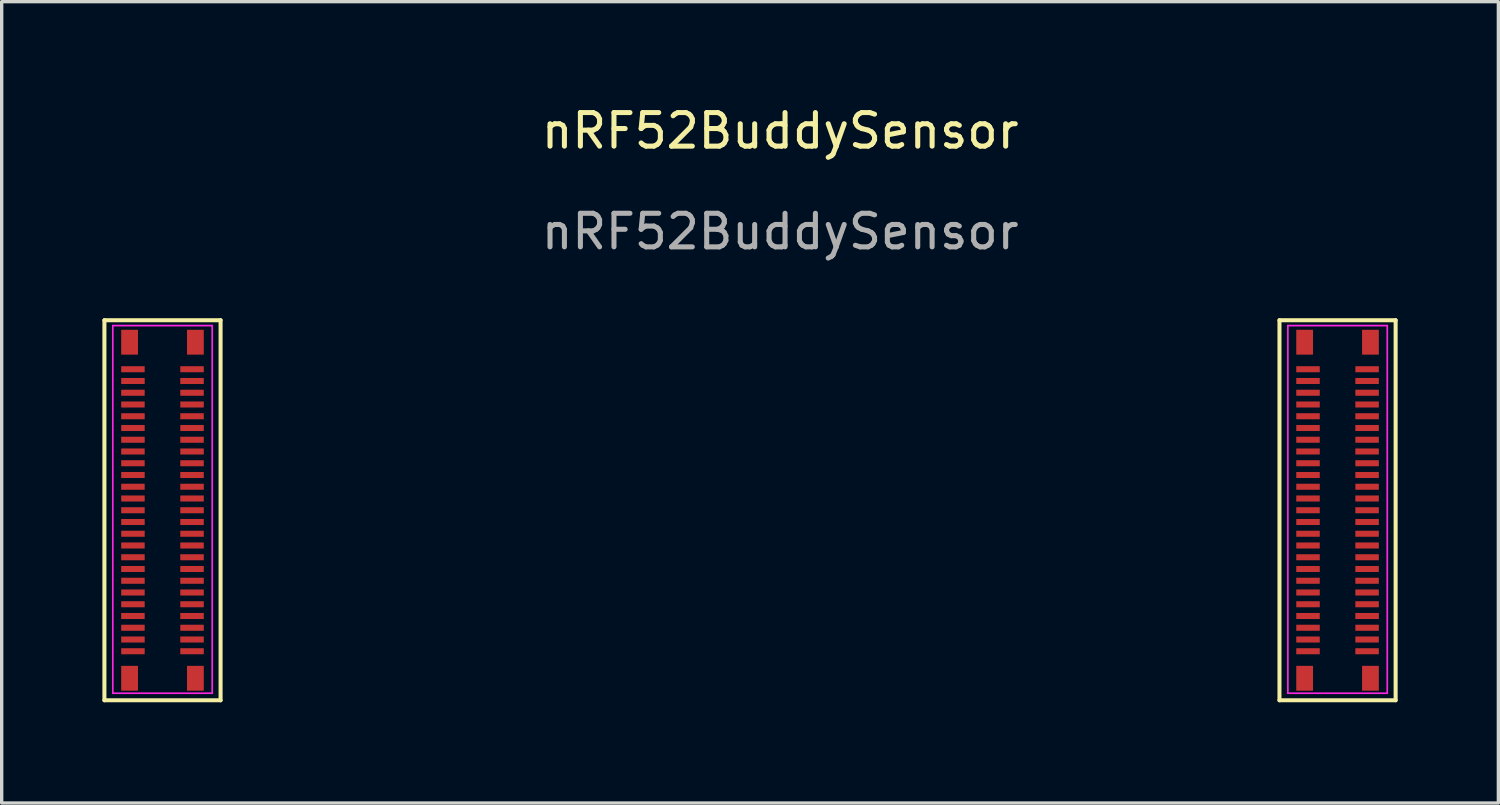
<source format=kicad_pcb>
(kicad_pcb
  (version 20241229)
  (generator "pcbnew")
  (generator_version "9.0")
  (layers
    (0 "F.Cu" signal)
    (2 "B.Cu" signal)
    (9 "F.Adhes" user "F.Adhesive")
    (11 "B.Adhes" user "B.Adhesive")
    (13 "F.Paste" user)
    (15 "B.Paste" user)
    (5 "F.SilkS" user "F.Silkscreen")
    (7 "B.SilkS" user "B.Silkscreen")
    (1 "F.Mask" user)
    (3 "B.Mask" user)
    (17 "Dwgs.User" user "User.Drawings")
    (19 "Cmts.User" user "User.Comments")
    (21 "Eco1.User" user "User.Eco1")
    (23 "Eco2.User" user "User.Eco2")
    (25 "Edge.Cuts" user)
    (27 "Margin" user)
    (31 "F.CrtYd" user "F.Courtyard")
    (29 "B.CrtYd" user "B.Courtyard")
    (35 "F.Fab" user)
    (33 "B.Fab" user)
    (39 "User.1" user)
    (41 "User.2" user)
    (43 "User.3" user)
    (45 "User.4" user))
  (footprint "nRF52BuddySensor"
    (layer "F.Cu")
    (at 19.29 12.148)
    (property "Reference" "nRF52BuddySensor" (at 0.9 -11.3 0) (unlocked yes) (layer "F.SilkS") (effects (font (size 1 1) (thickness 0.15))))
    (attr smd)
    (fp_line (start -19.23 5.66) (end -19.23 -5.66) (stroke (width 0.12) (type solid)) (layer "F.SilkS"))
    (fp_line (start -15.77 -5.66) (end -19.23 -5.66) (stroke (width 0.12) (type solid)) (layer "F.SilkS"))
    (fp_line (start -15.77 -5.66) (end -15.77 5.66) (stroke (width 0.12) (type solid)) (layer "F.SilkS"))
    (fp_line (start -15.77 5.66) (end -19.23 5.66) (stroke (width 0.12) (type solid)) (layer "F.SilkS"))
    (fp_line (start 15.77 5.66) (end 15.77 -5.66) (stroke (width 0.12) (type solid)) (layer "F.SilkS"))
    (fp_line (start 19.23 -5.66) (end 15.77 -5.66) (stroke (width 0.12) (type solid)) (layer "F.SilkS"))
    (fp_line (start 19.23 -5.66) (end 19.23 5.66) (stroke (width 0.12) (type solid)) (layer "F.SilkS"))
    (fp_line (start 19.23 5.66) (end 15.77 5.66) (stroke (width 0.12) (type solid)) (layer "F.SilkS"))
    (fp_line (start -18.98 -5.5) (end -16.02 -5.5) (stroke (width 0.05) (type solid)) (layer "F.CrtYd"))
    (fp_line (start -18.98 5.45) (end -18.98 -5.5) (stroke (width 0.05) (type solid)) (layer "F.CrtYd"))
    (fp_line (start -16.02 -5.5) (end -16.02 5.45) (stroke (width 0.05) (type solid)) (layer "F.CrtYd"))
    (fp_line (start -16.02 5.45) (end -18.98 5.45) (stroke (width 0.05) (type solid)) (layer "F.CrtYd"))
    (fp_line (start 16.02 -5.5) (end 18.98 -5.5) (stroke (width 0.05) (type solid)) (layer "F.CrtYd"))
    (fp_line (start 16.02 5.45) (end 16.02 -5.5) (stroke (width 0.05) (type solid)) (layer "F.CrtYd"))
    (fp_line (start 18.98 -5.5) (end 18.98 5.45) (stroke (width 0.05) (type solid)) (layer "F.CrtYd"))
    (fp_line (start 18.98 5.45) (end 16.02 5.45) (stroke (width 0.05) (type solid)) (layer "F.CrtYd"))
    (fp_text user "${REFERENCE}" (at 0.9 -8.3 0) (unlocked yes) (layer "F.Fab") (effects (font (size 1 1) (thickness 0.15))))
    (pad "1" smd rect (at -18.38 -4.2 270) (size 0.18 0.7) (layers "F.Cu" "F.Mask" "F.Paste"))
    (pad "2" smd rect (at -18.38 -3.85 270) (size 0.18 0.7) (layers "F.Cu" "F.Mask" "F.Paste"))
    (pad "3" smd rect (at -18.38 -3.5 270) (size 0.18 0.7) (layers "F.Cu" "F.Mask" "F.Paste"))
    (pad "4" smd rect (at -18.38 -3.15 270) (size 0.18 0.7) (layers "F.Cu" "F.Mask" "F.Paste"))
    (pad "5" smd rect (at -18.38 -2.8 270) (size 0.18 0.7) (layers "F.Cu" "F.Mask" "F.Paste"))
    (pad "6" smd rect (at -18.38 -2.45 270) (size 0.18 0.7) (layers "F.Cu" "F.Mask" "F.Paste"))
    (pad "7" smd rect (at -18.38 -2.1 270) (size 0.18 0.7) (layers "F.Cu" "F.Mask" "F.Paste"))
    (pad "8" smd rect (at -18.38 -1.75 270) (size 0.18 0.7) (layers "F.Cu" "F.Mask" "F.Paste"))
    (pad "9" smd rect (at -18.38 -1.4 270) (size 0.18 0.7) (layers "F.Cu" "F.Mask" "F.Paste"))
    (pad "10" smd rect (at -18.38 -1.05 270) (size 0.18 0.7) (layers "F.Cu" "F.Mask" "F.Paste"))
    (pad "11" smd rect (at -18.38 -0.7 270) (size 0.18 0.7) (layers "F.Cu" "F.Mask" "F.Paste"))
    (pad "12" smd rect (at -18.38 -0.35 270) (size 0.18 0.7) (layers "F.Cu" "F.Mask" "F.Paste"))
    (pad "13" smd rect (at -18.38 0 270) (size 0.18 0.7) (layers "F.Cu" "F.Mask" "F.Paste"))
    (pad "14" smd rect (at -18.38 0.35 270) (size 0.18 0.7) (layers "F.Cu" "F.Mask" "F.Paste"))
    (pad "15" smd rect (at -18.38 0.7 270) (size 0.18 0.7) (layers "F.Cu" "F.Mask" "F.Paste"))
    (pad "16" smd rect (at -18.38 1.05 270) (size 0.18 0.7) (layers "F.Cu" "F.Mask" "F.Paste"))
    (pad "17" smd rect (at -18.38 1.4 270) (size 0.18 0.7) (layers "F.Cu" "F.Mask" "F.Paste"))
    (pad "18" smd rect (at -18.38 1.75 270) (size 0.18 0.7) (layers "F.Cu" "F.Mask" "F.Paste"))
    (pad "19" smd rect (at -18.38 2.1 270) (size 0.18 0.7) (layers "F.Cu" "F.Mask" "F.Paste"))
    (pad "20" smd rect (at -18.38 2.45 270) (size 0.18 0.7) (layers "F.Cu" "F.Mask" "F.Paste"))
    (pad "21" smd rect (at -18.38 2.8 270) (size 0.18 0.7) (layers "F.Cu" "F.Mask" "F.Paste"))
    (pad "22" smd rect (at -18.38 3.15 270) (size 0.18 0.7) (layers "F.Cu" "F.Mask" "F.Paste"))
    (pad "23" smd rect (at -18.38 3.5 270) (size 0.18 0.7) (layers "F.Cu" "F.Mask" "F.Paste"))
    (pad "24" smd rect (at -18.38 3.85 270) (size 0.18 0.7) (layers "F.Cu" "F.Mask" "F.Paste"))
    (pad "25" smd rect (at -18.38 4.2 270) (size 0.18 0.7) (layers "F.Cu" "F.Mask" "F.Paste"))
    (pad "26" smd rect (at -16.62 4.2 270) (size 0.18 0.7) (layers "F.Cu" "F.Mask" "F.Paste"))
    (pad "27" smd rect (at -16.62 3.85 270) (size 0.18 0.7) (layers "F.Cu" "F.Mask" "F.Paste"))
    (pad "28" smd rect (at -16.62 3.5 270) (size 0.18 0.7) (layers "F.Cu" "F.Mask" "F.Paste"))
    (pad "29" smd rect (at -16.62 3.15 270) (size 0.18 0.7) (layers "F.Cu" "F.Mask" "F.Paste"))
    (pad "30" smd rect (at -16.62 2.8 270) (size 0.18 0.7) (layers "F.Cu" "F.Mask" "F.Paste"))
    (pad "31" smd rect (at -16.62 2.45 270) (size 0.18 0.7) (layers "F.Cu" "F.Mask" "F.Paste"))
    (pad "32" smd rect (at -16.62 2.1 270) (size 0.18 0.7) (layers "F.Cu" "F.Mask" "F.Paste"))
    (pad "33" smd rect (at -16.62 1.75 270) (size 0.18 0.7) (layers "F.Cu" "F.Mask" "F.Paste"))
    (pad "34" smd rect (at -16.62 1.4 270) (size 0.18 0.7) (layers "F.Cu" "F.Mask" "F.Paste"))
    (pad "35" smd rect (at -16.62 1.05 270) (size 0.18 0.7) (layers "F.Cu" "F.Mask" "F.Paste"))
    (pad "36" smd rect (at -16.62 0.7 270) (size 0.18 0.7) (layers "F.Cu" "F.Mask" "F.Paste"))
    (pad "37" smd rect (at -16.62 0.35 270) (size 0.18 0.7) (layers "F.Cu" "F.Mask" "F.Paste"))
    (pad "38" smd rect (at -16.62 0 270) (size 0.18 0.7) (layers "F.Cu" "F.Mask" "F.Paste"))
    (pad "39" smd rect (at -16.62 -0.35 270) (size 0.18 0.7) (layers "F.Cu" "F.Mask" "F.Paste"))
    (pad "40" smd rect (at -16.62 -0.7 270) (size 0.18 0.7) (layers "F.Cu" "F.Mask" "F.Paste"))
    (pad "41" smd rect (at -16.62 -1.05 270) (size 0.18 0.7) (layers "F.Cu" "F.Mask" "F.Paste"))
    (pad "42" smd rect (at -16.62 -1.4 270) (size 0.18 0.7) (layers "F.Cu" "F.Mask" "F.Paste"))
    (pad "43" smd rect (at -16.62 -1.75 270) (size 0.18 0.7) (layers "F.Cu" "F.Mask" "F.Paste"))
    (pad "44" smd rect (at -16.62 -2.1 270) (size 0.18 0.7) (layers "F.Cu" "F.Mask" "F.Paste"))
    (pad "45" smd rect (at -16.62 -2.45 270) (size 0.18 0.7) (layers "F.Cu" "F.Mask" "F.Paste"))
    (pad "46" smd rect (at -16.62 -2.8 270) (size 0.18 0.7) (layers "F.Cu" "F.Mask" "F.Paste"))
    (pad "47" smd rect (at -16.62 -3.15 270) (size 0.18 0.7) (layers "F.Cu" "F.Mask" "F.Paste"))
    (pad "48" smd rect (at -16.62 -3.5 270) (size 0.18 0.7) (layers "F.Cu" "F.Mask" "F.Paste"))
    (pad "49" smd rect (at -16.62 -3.85 270) (size 0.18 0.7) (layers "F.Cu" "F.Mask" "F.Paste"))
    (pad "50" smd rect (at -16.62 -4.2 270) (size 0.18 0.7) (layers "F.Cu" "F.Mask" "F.Paste"))
    (pad "51" smd rect (at -18.48 5.005 270) (size 0.74 0.5) (layers "F.Cu" "F.Mask" "F.Paste"))
    (pad "51" smd rect (at -16.52 5.005 270) (size 0.74 0.5) (layers "F.Cu" "F.Mask" "F.Paste"))
    (pad "52" smd rect (at -18.48 -5.005 270) (size 0.74 0.5) (layers "F.Cu" "F.Mask" "F.Paste"))
    (pad "52" smd rect (at -16.52 -5.005 270) (size 0.74 0.5) (layers "F.Cu" "F.Mask" "F.Paste"))
    (pad "53" smd rect (at 16.62 -4.2 270) (size 0.18 0.7) (layers "F.Cu" "F.Mask" "F.Paste"))
    (pad "54" smd rect (at 16.62 -3.85 270) (size 0.18 0.7) (layers "F.Cu" "F.Mask" "F.Paste"))
    (pad "55" smd rect (at 16.62 -3.5 270) (size 0.18 0.7) (layers "F.Cu" "F.Mask" "F.Paste"))
    (pad "56" smd rect (at 16.62 -3.15 270) (size 0.18 0.7) (layers "F.Cu" "F.Mask" "F.Paste"))
    (pad "57" smd rect (at 16.62 -2.8 270) (size 0.18 0.7) (layers "F.Cu" "F.Mask" "F.Paste"))
    (pad "58" smd rect (at 16.62 -2.45 270) (size 0.18 0.7) (layers "F.Cu" "F.Mask" "F.Paste"))
    (pad "59" smd rect (at 16.62 -2.1 270) (size 0.18 0.7) (layers "F.Cu" "F.Mask" "F.Paste"))
    (pad "60" smd rect (at 16.62 -1.75 270) (size 0.18 0.7) (layers "F.Cu" "F.Mask" "F.Paste"))
    (pad "61" smd rect (at 16.62 -1.4 270) (size 0.18 0.7) (layers "F.Cu" "F.Mask" "F.Paste"))
    (pad "62" smd rect (at 16.62 -1.05 270) (size 0.18 0.7) (layers "F.Cu" "F.Mask" "F.Paste"))
    (pad "63" smd rect (at 16.62 -0.7 270) (size 0.18 0.7) (layers "F.Cu" "F.Mask" "F.Paste"))
    (pad "64" smd rect (at 16.62 -0.35 270) (size 0.18 0.7) (layers "F.Cu" "F.Mask" "F.Paste"))
    (pad "65" smd rect (at 16.62 0 270) (size 0.18 0.7) (layers "F.Cu" "F.Mask" "F.Paste"))
    (pad "66" smd rect (at 16.62 0.35 270) (size 0.18 0.7) (layers "F.Cu" "F.Mask" "F.Paste"))
    (pad "67" smd rect (at 16.62 0.7 270) (size 0.18 0.7) (layers "F.Cu" "F.Mask" "F.Paste"))
    (pad "68" smd rect (at 16.62 1.05 270) (size 0.18 0.7) (layers "F.Cu" "F.Mask" "F.Paste"))
    (pad "69" smd rect (at 16.62 1.4 270) (size 0.18 0.7) (layers "F.Cu" "F.Mask" "F.Paste"))
    (pad "70" smd rect (at 16.62 1.75 270) (size 0.18 0.7) (layers "F.Cu" "F.Mask" "F.Paste"))
    (pad "71" smd rect (at 16.62 2.1 270) (size 0.18 0.7) (layers "F.Cu" "F.Mask" "F.Paste"))
    (pad "72" smd rect (at 16.62 2.45 270) (size 0.18 0.7) (layers "F.Cu" "F.Mask" "F.Paste"))
    (pad "73" smd rect (at 16.62 2.8 270) (size 0.18 0.7) (layers "F.Cu" "F.Mask" "F.Paste" "Eco1.User"))
    (pad "74" smd rect (at 16.62 3.15 270) (size 0.18 0.7) (layers "F.Cu" "F.Mask" "F.Paste"))
    (pad "75" smd rect (at 16.62 3.5 270) (size 0.18 0.7) (layers "F.Cu" "F.Mask" "F.Paste"))
    (pad "76" smd rect (at 16.62 3.85 270) (size 0.18 0.7) (layers "F.Cu" "F.Mask" "F.Paste"))
    (pad "77" smd rect (at 16.62 4.2 270) (size 0.18 0.7) (layers "F.Cu" "F.Mask" "F.Paste"))
    (pad "78" smd rect (at 18.38 4.2 270) (size 0.18 0.7) (layers "F.Cu" "F.Mask" "F.Paste"))
    (pad "79" smd rect (at 18.38 3.85 270) (size 0.18 0.7) (layers "F.Cu" "F.Mask" "F.Paste"))
    (pad "80" smd rect (at 18.38 3.5 270) (size 0.18 0.7) (layers "F.Cu" "F.Mask" "F.Paste"))
    (pad "81" smd rect (at 18.38 3.15 270) (size 0.18 0.7) (layers "F.Cu" "F.Mask" "F.Paste"))
    (pad "82" smd rect (at 18.38 2.8 270) (size 0.18 0.7) (layers "F.Cu" "F.Mask" "F.Paste"))
    (pad "83" smd rect (at 18.38 2.45 270) (size 0.18 0.7) (layers "F.Cu" "F.Mask" "F.Paste"))
    (pad "84" smd rect (at 18.38 2.1 270) (size 0.18 0.7) (layers "F.Cu" "F.Mask" "F.Paste"))
    (pad "85" smd rect (at 18.38 1.75 270) (size 0.18 0.7) (layers "F.Cu" "F.Mask" "F.Paste"))
    (pad "86" smd rect (at 18.38 1.4 270) (size 0.18 0.7) (layers "F.Cu" "F.Mask" "F.Paste"))
    (pad "87" smd rect (at 18.38 1.05 270) (size 0.18 0.7) (layers "F.Cu" "F.Mask" "F.Paste"))
    (pad "88" smd rect (at 18.38 0.7 270) (size 0.18 0.7) (layers "F.Cu" "F.Mask" "F.Paste"))
    (pad "89" smd rect (at 18.38 0.35 270) (size 0.18 0.7) (layers "F.Cu" "F.Mask" "F.Paste"))
    (pad "90" smd rect (at 18.38 0 270) (size 0.18 0.7) (layers "F.Cu" "F.Mask" "F.Paste"))
    (pad "91" smd rect (at 18.38 -0.35 270) (size 0.18 0.7) (layers "F.Cu" "F.Mask" "F.Paste"))
    (pad "92" smd rect (at 18.38 -0.7 270) (size 0.18 0.7) (layers "F.Cu" "F.Mask" "F.Paste"))
    (pad "93" smd rect (at 18.38 -1.05 270) (size 0.18 0.7) (layers "F.Cu" "F.Mask" "F.Paste"))
    (pad "94" smd rect (at 18.38 -1.4 270) (size 0.18 0.7) (layers "F.Cu" "F.Mask" "F.Paste"))
    (pad "95" smd rect (at 18.38 -1.75 270) (size 0.18 0.7) (layers "F.Cu" "F.Mask" "F.Paste"))
    (pad "96" smd rect (at 18.38 -2.1 270) (size 0.18 0.7) (layers "F.Cu" "F.Mask" "F.Paste"))
    (pad "97" smd rect (at 18.38 -2.45 270) (size 0.18 0.7) (layers "F.Cu" "F.Mask" "F.Paste"))
    (pad "98" smd rect (at 18.38 -2.8 270) (size 0.18 0.7) (layers "F.Cu" "F.Mask" "F.Paste"))
    (pad "99" smd rect (at 18.38 -3.15 270) (size 0.18 0.7) (layers "F.Cu" "F.Mask" "F.Paste"))
    (pad "100" smd rect (at 18.38 -3.5 270) (size 0.18 0.7) (layers "F.Cu" "F.Mask" "F.Paste"))
    (pad "101" smd rect (at 18.38 -3.85 270) (size 0.18 0.7) (layers "F.Cu" "F.Mask" "F.Paste"))
    (pad "102" smd rect (at 18.38 -4.2 270) (size 0.18 0.7) (layers "F.Cu" "F.Mask" "F.Paste"))
    (pad "103" smd rect (at 16.52 5.005 270) (size 0.74 0.5) (layers "F.Cu" "F.Mask" "F.Paste"))
    (pad "103" smd rect (at 18.48 5.005 270) (size 0.74 0.5) (layers "F.Cu" "F.Mask" "F.Paste"))
    (pad "104" smd rect (at 16.52 -5.005 270) (size 0.74 0.5) (layers "F.Cu" "F.Mask" "F.Paste"))
    (pad "104" smd rect (at 18.48 -5.005 270) (size 0.74 0.5) (layers "F.Cu" "F.Mask" "F.Paste")))
  (gr_rect
    (start -3 -3)
    (end 41.58 20.868)
    (stroke (width 0.1) (type default))
    (fill no)
    (layer "Edge.Cuts")))
</source>
